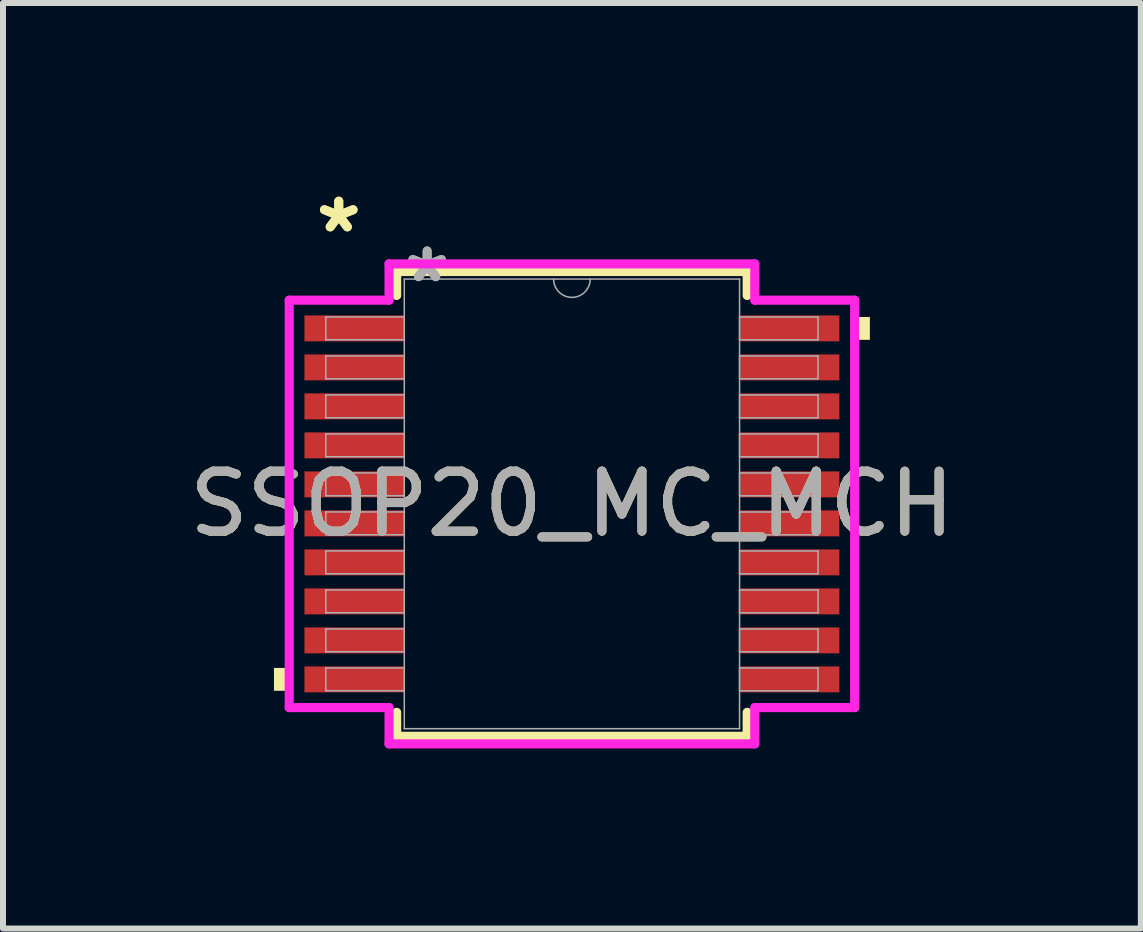
<source format=kicad_pcb>
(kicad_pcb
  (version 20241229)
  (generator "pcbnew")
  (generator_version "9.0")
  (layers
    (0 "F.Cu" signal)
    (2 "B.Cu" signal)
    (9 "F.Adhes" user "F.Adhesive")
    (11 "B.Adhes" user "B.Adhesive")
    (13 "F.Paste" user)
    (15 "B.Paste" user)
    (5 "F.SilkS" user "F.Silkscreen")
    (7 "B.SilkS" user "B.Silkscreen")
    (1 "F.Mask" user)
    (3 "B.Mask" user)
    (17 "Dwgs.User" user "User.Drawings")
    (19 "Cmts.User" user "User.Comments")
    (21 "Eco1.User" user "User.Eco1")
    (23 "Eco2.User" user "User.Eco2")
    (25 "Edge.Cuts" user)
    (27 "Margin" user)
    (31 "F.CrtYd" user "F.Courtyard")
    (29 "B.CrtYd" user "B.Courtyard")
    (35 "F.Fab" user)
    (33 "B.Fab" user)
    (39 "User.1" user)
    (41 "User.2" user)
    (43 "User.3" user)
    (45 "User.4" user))
  (footprint "SSOP20_MC_MCH"
    (layer "F.Cu")
    (at 6.482 5.348)
    (property "Reference" "SSOP20_MC_MCH" (at 0 0 0) (unlocked yes) (layer "F.SilkS") (effects (font (size 1 1) (thickness 0.15))))
    (attr smd)
    (fp_line (start -2.921 -3.873) (end -2.921 -3.474) (stroke (width 0.152) (type solid)) (layer "F.SilkS"))
    (fp_line (start -2.921 3.474) (end -2.921 3.873) (stroke (width 0.152) (type solid)) (layer "F.SilkS"))
    (fp_line (start -2.921 3.873) (end 2.921 3.873) (stroke (width 0.152) (type solid)) (layer "F.SilkS"))
    (fp_line (start 2.921 -3.873) (end -2.921 -3.873) (stroke (width 0.152) (type solid)) (layer "F.SilkS"))
    (fp_line (start 2.921 -3.474) (end 2.921 -3.873) (stroke (width 0.152) (type solid)) (layer "F.SilkS"))
    (fp_line (start 2.921 3.873) (end 2.921 3.474) (stroke (width 0.152) (type solid)) (layer "F.SilkS"))
    (fp_poly (pts (xy -4.966 2.734) (xy -4.966 3.115) (xy -4.712 3.115) (xy -4.712 2.734)) (stroke (width 0) (type solid)) (fill yes) (layer "F.SilkS"))
    (fp_poly (pts (xy 4.966 -3.115) (xy 4.966 -2.734) (xy 4.712 -2.734) (xy 4.712 -3.115)) (stroke (width 0) (type solid)) (fill yes) (layer "F.SilkS"))
    (fp_line (start -4.712 -3.395) (end -3.048 -3.395) (stroke (width 0.152) (type solid)) (layer "F.CrtYd"))
    (fp_line (start -4.712 3.395) (end -4.712 -3.395) (stroke (width 0.152) (type solid)) (layer "F.CrtYd"))
    (fp_line (start -4.712 3.395) (end -3.048 3.395) (stroke (width 0.152) (type solid)) (layer "F.CrtYd"))
    (fp_line (start -3.048 -4) (end 3.048 -4) (stroke (width 0.152) (type solid)) (layer "F.CrtYd"))
    (fp_line (start -3.048 -3.395) (end -3.048 -4) (stroke (width 0.152) (type solid)) (layer "F.CrtYd"))
    (fp_line (start -3.048 4) (end -3.048 3.395) (stroke (width 0.152) (type solid)) (layer "F.CrtYd"))
    (fp_line (start 3.048 -4) (end 3.048 -3.395) (stroke (width 0.152) (type solid)) (layer "F.CrtYd"))
    (fp_line (start 3.048 3.395) (end 3.048 4) (stroke (width 0.152) (type solid)) (layer "F.CrtYd"))
    (fp_line (start 3.048 4) (end -3.048 4) (stroke (width 0.152) (type solid)) (layer "F.CrtYd"))
    (fp_line (start 4.712 -3.395) (end 3.048 -3.395) (stroke (width 0.152) (type solid)) (layer "F.CrtYd"))
    (fp_line (start 4.712 -3.395) (end 4.712 3.395) (stroke (width 0.152) (type solid)) (layer "F.CrtYd"))
    (fp_line (start 4.712 3.395) (end 3.048 3.395) (stroke (width 0.152) (type solid)) (layer "F.CrtYd"))
    (fp_line (start -4.102 -3.116) (end -4.102 -2.735) (stroke (width 0.025) (type solid)) (layer "F.Fab"))
    (fp_line (start -4.102 -2.735) (end -2.794 -2.735) (stroke (width 0.025) (type solid)) (layer "F.Fab"))
    (fp_line (start -4.102 -2.466) (end -4.102 -2.084) (stroke (width 0.025) (type solid)) (layer "F.Fab"))
    (fp_line (start -4.102 -2.084) (end -2.794 -2.084) (stroke (width 0.025) (type solid)) (layer "F.Fab"))
    (fp_line (start -4.102 -1.816) (end -4.102 -1.435) (stroke (width 0.025) (type solid)) (layer "F.Fab"))
    (fp_line (start -4.102 -1.435) (end -2.794 -1.435) (stroke (width 0.025) (type solid)) (layer "F.Fab"))
    (fp_line (start -4.102 -1.166) (end -4.102 -0.785) (stroke (width 0.025) (type solid)) (layer "F.Fab"))
    (fp_line (start -4.102 -0.785) (end -2.794 -0.785) (stroke (width 0.025) (type solid)) (layer "F.Fab"))
    (fp_line (start -4.102 -0.516) (end -4.102 -0.135) (stroke (width 0.025) (type solid)) (layer "F.Fab"))
    (fp_line (start -4.102 -0.135) (end -2.794 -0.135) (stroke (width 0.025) (type solid)) (layer "F.Fab"))
    (fp_line (start -4.102 0.134) (end -4.102 0.515) (stroke (width 0.025) (type solid)) (layer "F.Fab"))
    (fp_line (start -4.102 0.515) (end -2.794 0.515) (stroke (width 0.025) (type solid)) (layer "F.Fab"))
    (fp_line (start -4.102 0.784) (end -4.102 1.165) (stroke (width 0.025) (type solid)) (layer "F.Fab"))
    (fp_line (start -4.102 1.165) (end -2.794 1.165) (stroke (width 0.025) (type solid)) (layer "F.Fab"))
    (fp_line (start -4.102 1.434) (end -4.102 1.815) (stroke (width 0.025) (type solid)) (layer "F.Fab"))
    (fp_line (start -4.102 1.815) (end -2.794 1.815) (stroke (width 0.025) (type solid)) (layer "F.Fab"))
    (fp_line (start -4.102 2.084) (end -4.102 2.465) (stroke (width 0.025) (type solid)) (layer "F.Fab"))
    (fp_line (start -4.102 2.465) (end -2.794 2.465) (stroke (width 0.025) (type solid)) (layer "F.Fab"))
    (fp_line (start -4.102 2.734) (end -4.102 3.115) (stroke (width 0.025) (type solid)) (layer "F.Fab"))
    (fp_line (start -4.102 3.115) (end -2.794 3.115) (stroke (width 0.025) (type solid)) (layer "F.Fab"))
    (fp_line (start -2.794 -3.747) (end -2.794 3.747) (stroke (width 0.025) (type solid)) (layer "F.Fab"))
    (fp_line (start -2.794 -3.116) (end -4.102 -3.116) (stroke (width 0.025) (type solid)) (layer "F.Fab"))
    (fp_line (start -2.794 -2.735) (end -2.794 -3.116) (stroke (width 0.025) (type solid)) (layer "F.Fab"))
    (fp_line (start -2.794 -2.466) (end -4.102 -2.466) (stroke (width 0.025) (type solid)) (layer "F.Fab"))
    (fp_line (start -2.794 -2.084) (end -2.794 -2.466) (stroke (width 0.025) (type solid)) (layer "F.Fab"))
    (fp_line (start -2.794 -1.816) (end -4.102 -1.816) (stroke (width 0.025) (type solid)) (layer "F.Fab"))
    (fp_line (start -2.794 -1.435) (end -2.794 -1.816) (stroke (width 0.025) (type solid)) (layer "F.Fab"))
    (fp_line (start -2.794 -1.166) (end -4.102 -1.166) (stroke (width 0.025) (type solid)) (layer "F.Fab"))
    (fp_line (start -2.794 -0.785) (end -2.794 -1.166) (stroke (width 0.025) (type solid)) (layer "F.Fab"))
    (fp_line (start -2.794 -0.516) (end -4.102 -0.516) (stroke (width 0.025) (type solid)) (layer "F.Fab"))
    (fp_line (start -2.794 -0.135) (end -2.794 -0.516) (stroke (width 0.025) (type solid)) (layer "F.Fab"))
    (fp_line (start -2.794 0.134) (end -4.102 0.134) (stroke (width 0.025) (type solid)) (layer "F.Fab"))
    (fp_line (start -2.794 0.515) (end -2.794 0.134) (stroke (width 0.025) (type solid)) (layer "F.Fab"))
    (fp_line (start -2.794 0.784) (end -4.102 0.784) (stroke (width 0.025) (type solid)) (layer "F.Fab"))
    (fp_line (start -2.794 1.165) (end -2.794 0.784) (stroke (width 0.025) (type solid)) (layer "F.Fab"))
    (fp_line (start -2.794 1.434) (end -4.102 1.434) (stroke (width 0.025) (type solid)) (layer "F.Fab"))
    (fp_line (start -2.794 1.815) (end -2.794 1.434) (stroke (width 0.025) (type solid)) (layer "F.Fab"))
    (fp_line (start -2.794 2.084) (end -4.102 2.084) (stroke (width 0.025) (type solid)) (layer "F.Fab"))
    (fp_line (start -2.794 2.465) (end -2.794 2.084) (stroke (width 0.025) (type solid)) (layer "F.Fab"))
    (fp_line (start -2.794 2.734) (end -4.102 2.734) (stroke (width 0.025) (type solid)) (layer "F.Fab"))
    (fp_line (start -2.794 3.115) (end -2.794 2.734) (stroke (width 0.025) (type solid)) (layer "F.Fab"))
    (fp_line (start -2.794 3.747) (end 2.794 3.747) (stroke (width 0.025) (type solid)) (layer "F.Fab"))
    (fp_line (start 2.794 -3.747) (end -2.794 -3.747) (stroke (width 0.025) (type solid)) (layer "F.Fab"))
    (fp_line (start 2.794 -3.115) (end 2.794 -2.734) (stroke (width 0.025) (type solid)) (layer "F.Fab"))
    (fp_line (start 2.794 -2.734) (end 4.102 -2.734) (stroke (width 0.025) (type solid)) (layer "F.Fab"))
    (fp_line (start 2.794 -2.465) (end 2.794 -2.084) (stroke (width 0.025) (type solid)) (layer "F.Fab"))
    (fp_line (start 2.794 -2.084) (end 4.102 -2.084) (stroke (width 0.025) (type solid)) (layer "F.Fab"))
    (fp_line (start 2.794 -1.815) (end 2.794 -1.434) (stroke (width 0.025) (type solid)) (layer "F.Fab"))
    (fp_line (start 2.794 -1.434) (end 4.102 -1.434) (stroke (width 0.025) (type solid)) (layer "F.Fab"))
    (fp_line (start 2.794 -1.165) (end 2.794 -0.784) (stroke (width 0.025) (type solid)) (layer "F.Fab"))
    (fp_line (start 2.794 -0.784) (end 4.102 -0.784) (stroke (width 0.025) (type solid)) (layer "F.Fab"))
    (fp_line (start 2.794 -0.515) (end 2.794 -0.134) (stroke (width 0.025) (type solid)) (layer "F.Fab"))
    (fp_line (start 2.794 -0.134) (end 4.102 -0.134) (stroke (width 0.025) (type solid)) (layer "F.Fab"))
    (fp_line (start 2.794 0.135) (end 2.794 0.516) (stroke (width 0.025) (type solid)) (layer "F.Fab"))
    (fp_line (start 2.794 0.516) (end 4.102 0.516) (stroke (width 0.025) (type solid)) (layer "F.Fab"))
    (fp_line (start 2.794 0.785) (end 2.794 1.166) (stroke (width 0.025) (type solid)) (layer "F.Fab"))
    (fp_line (start 2.794 1.166) (end 4.102 1.166) (stroke (width 0.025) (type solid)) (layer "F.Fab"))
    (fp_line (start 2.794 1.435) (end 2.794 1.816) (stroke (width 0.025) (type solid)) (layer "F.Fab"))
    (fp_line (start 2.794 1.816) (end 4.102 1.816) (stroke (width 0.025) (type solid)) (layer "F.Fab"))
    (fp_line (start 2.794 2.085) (end 2.794 2.466) (stroke (width 0.025) (type solid)) (layer "F.Fab"))
    (fp_line (start 2.794 2.466) (end 4.102 2.466) (stroke (width 0.025) (type solid)) (layer "F.Fab"))
    (fp_line (start 2.794 2.735) (end 2.794 3.116) (stroke (width 0.025) (type solid)) (layer "F.Fab"))
    (fp_line (start 2.794 3.116) (end 4.102 3.116) (stroke (width 0.025) (type solid)) (layer "F.Fab"))
    (fp_line (start 2.794 3.747) (end 2.794 -3.747) (stroke (width 0.025) (type solid)) (layer "F.Fab"))
    (fp_line (start 4.102 -3.115) (end 2.794 -3.115) (stroke (width 0.025) (type solid)) (layer "F.Fab"))
    (fp_line (start 4.102 -2.734) (end 4.102 -3.115) (stroke (width 0.025) (type solid)) (layer "F.Fab"))
    (fp_line (start 4.102 -2.465) (end 2.794 -2.465) (stroke (width 0.025) (type solid)) (layer "F.Fab"))
    (fp_line (start 4.102 -2.084) (end 4.102 -2.465) (stroke (width 0.025) (type solid)) (layer "F.Fab"))
    (fp_line (start 4.102 -1.815) (end 2.794 -1.815) (stroke (width 0.025) (type solid)) (layer "F.Fab"))
    (fp_line (start 4.102 -1.434) (end 4.102 -1.815) (stroke (width 0.025) (type solid)) (layer "F.Fab"))
    (fp_line (start 4.102 -1.165) (end 2.794 -1.165) (stroke (width 0.025) (type solid)) (layer "F.Fab"))
    (fp_line (start 4.102 -0.784) (end 4.102 -1.165) (stroke (width 0.025) (type solid)) (layer "F.Fab"))
    (fp_line (start 4.102 -0.515) (end 2.794 -0.515) (stroke (width 0.025) (type solid)) (layer "F.Fab"))
    (fp_line (start 4.102 -0.134) (end 4.102 -0.515) (stroke (width 0.025) (type solid)) (layer "F.Fab"))
    (fp_line (start 4.102 0.135) (end 2.794 0.135) (stroke (width 0.025) (type solid)) (layer "F.Fab"))
    (fp_line (start 4.102 0.516) (end 4.102 0.135) (stroke (width 0.025) (type solid)) (layer "F.Fab"))
    (fp_line (start 4.102 0.785) (end 2.794 0.785) (stroke (width 0.025) (type solid)) (layer "F.Fab"))
    (fp_line (start 4.102 1.166) (end 4.102 0.785) (stroke (width 0.025) (type solid)) (layer "F.Fab"))
    (fp_line (start 4.102 1.435) (end 2.794 1.435) (stroke (width 0.025) (type solid)) (layer "F.Fab"))
    (fp_line (start 4.102 1.816) (end 4.102 1.435) (stroke (width 0.025) (type solid)) (layer "F.Fab"))
    (fp_line (start 4.102 2.085) (end 2.794 2.085) (stroke (width 0.025) (type solid)) (layer "F.Fab"))
    (fp_line (start 4.102 2.466) (end 4.102 2.085) (stroke (width 0.025) (type solid)) (layer "F.Fab"))
    (fp_line (start 4.102 2.735) (end 2.794 2.735) (stroke (width 0.025) (type solid)) (layer "F.Fab"))
    (fp_line (start 4.102 3.116) (end 4.102 2.735) (stroke (width 0.025) (type solid)) (layer "F.Fab"))
    (fp_arc (start 0.3048 -3.7465) (mid 0 -3.4417) (end -0.3048 -3.7465) (stroke (width 0.0254) (type solid)) (layer "F.Fab"))
    (fp_text user "*" (at -3.886 -4.5 0) (layer "F.SilkS") (effects (font (size 1 1) (thickness 0.15))))
    (fp_text user "*" (at -3.886 -4.5 0) (unlocked yes) (layer "F.SilkS") (effects (font (size 1 1) (thickness 0.15))))
    (fp_text user "${REFERENCE}" (at 0 0 0) (unlocked yes) (layer "F.Fab") (effects (font (size 1 1) (thickness 0.15))))
    (fp_text user "*" (at -2.413 -3.67 0) (unlocked yes) (layer "F.Fab") (effects (font (size 1 1) (thickness 0.15))))
    (fp_text user "*" (at -2.413 -3.67 0) (layer "F.Fab") (effects (font (size 1 1) (thickness 0.15))))
    (pad "1" smd rect (at -3.632 -2.925) (size 1.651 0.432) (layers "F.Cu" "F.Mask" "F.Paste"))
    (pad "2" smd rect (at -3.632 -2.275) (size 1.651 0.432) (layers "F.Cu" "F.Mask" "F.Paste"))
    (pad "3" smd rect (at -3.632 -1.625) (size 1.651 0.432) (layers "F.Cu" "F.Mask" "F.Paste"))
    (pad "4" smd rect (at -3.632 -0.975) (size 1.651 0.432) (layers "F.Cu" "F.Mask" "F.Paste"))
    (pad "5" smd rect (at -3.632 -0.325) (size 1.651 0.432) (layers "F.Cu" "F.Mask" "F.Paste"))
    (pad "6" smd rect (at -3.632 0.325) (size 1.651 0.432) (layers "F.Cu" "F.Mask" "F.Paste"))
    (pad "7" smd rect (at -3.632 0.975) (size 1.651 0.432) (layers "F.Cu" "F.Mask" "F.Paste"))
    (pad "8" smd rect (at -3.632 1.625) (size 1.651 0.432) (layers "F.Cu" "F.Mask" "F.Paste"))
    (pad "9" smd rect (at -3.632 2.275) (size 1.651 0.432) (layers "F.Cu" "F.Mask" "F.Paste"))
    (pad "10" smd rect (at -3.632 2.925) (size 1.651 0.432) (layers "F.Cu" "F.Mask" "F.Paste"))
    (pad "11" smd rect (at 3.632 2.925) (size 1.651 0.432) (layers "F.Cu" "F.Mask" "F.Paste"))
    (pad "12" smd rect (at 3.632 2.275) (size 1.651 0.432) (layers "F.Cu" "F.Mask" "F.Paste"))
    (pad "13" smd rect (at 3.632 1.625) (size 1.651 0.432) (layers "F.Cu" "F.Mask" "F.Paste"))
    (pad "14" smd rect (at 3.632 0.975) (size 1.651 0.432) (layers "F.Cu" "F.Mask" "F.Paste"))
    (pad "15" smd rect (at 3.632 0.325) (size 1.651 0.432) (layers "F.Cu" "F.Mask" "F.Paste"))
    (pad "16" smd rect (at 3.632 -0.325) (size 1.651 0.432) (layers "F.Cu" "F.Mask" "F.Paste"))
    (pad "17" smd rect (at 3.632 -0.975) (size 1.651 0.432) (layers "F.Cu" "F.Mask" "F.Paste"))
    (pad "18" smd rect (at 3.632 -1.625) (size 1.651 0.432) (layers "F.Cu" "F.Mask" "F.Paste"))
    (pad "19" smd rect (at 3.632 -2.275) (size 1.651 0.432) (layers "F.Cu" "F.Mask" "F.Paste"))
    (pad "20" smd rect (at 3.632 -2.925) (size 1.651 0.432) (layers "F.Cu" "F.Mask" "F.Paste")))
  (gr_rect
    (start -3 -3)
    (end 15.964 12.425)
    (stroke (width 0.1) (type default))
    (fill no)
    (layer "Edge.Cuts")))
</source>
